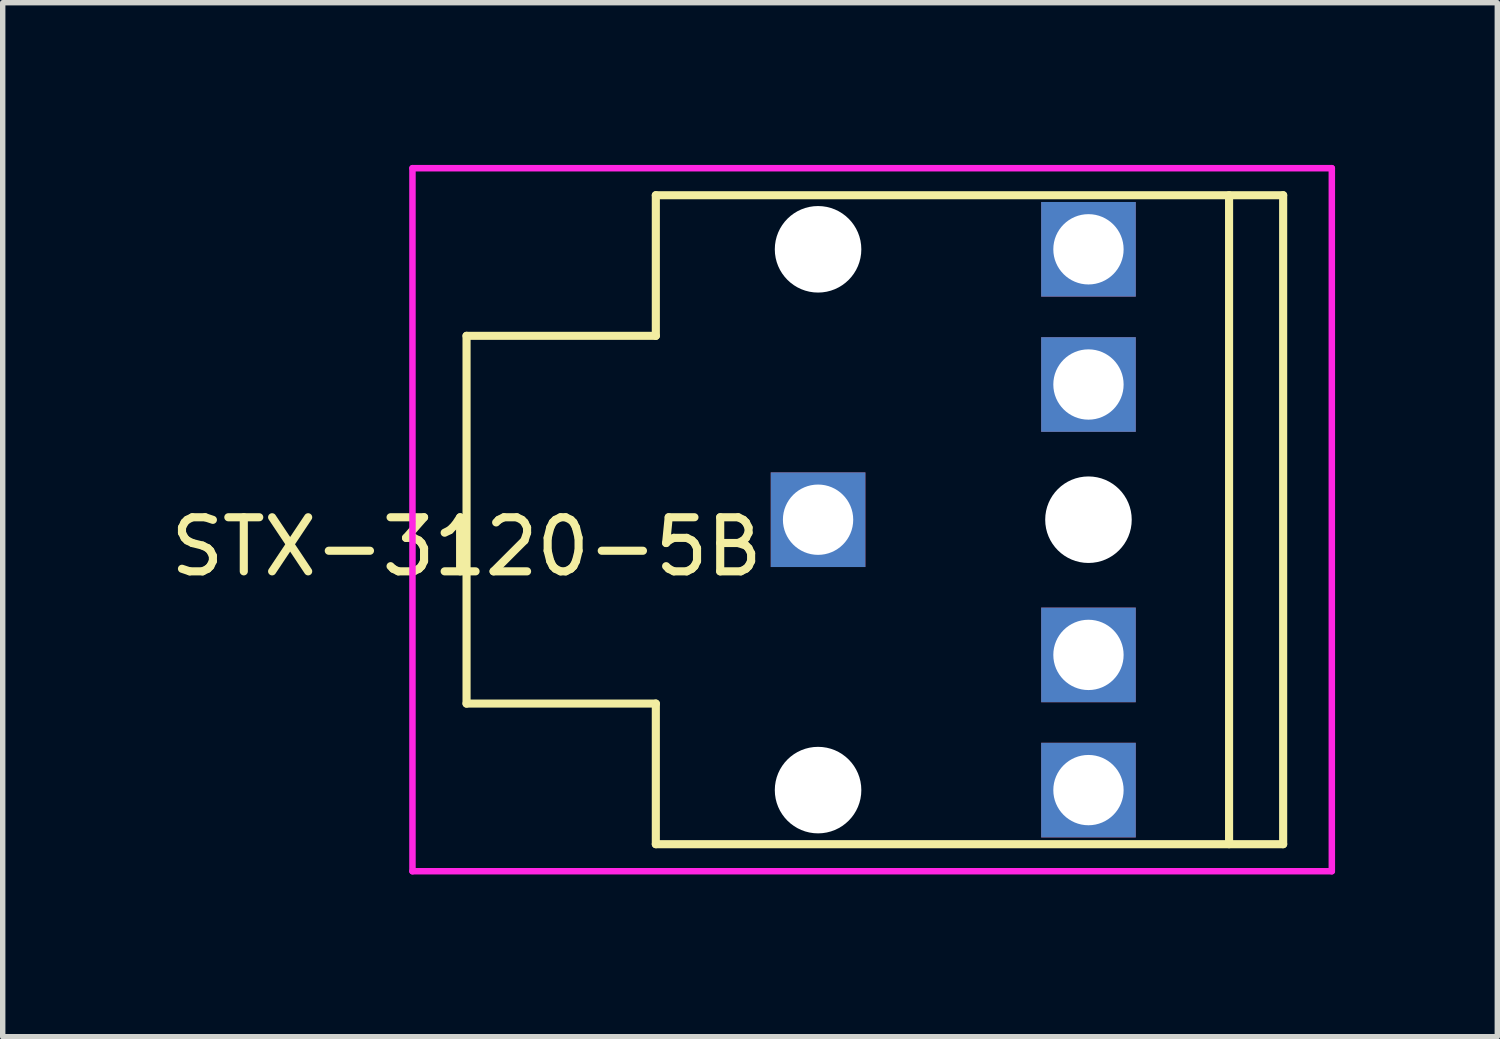
<source format=kicad_pcb>
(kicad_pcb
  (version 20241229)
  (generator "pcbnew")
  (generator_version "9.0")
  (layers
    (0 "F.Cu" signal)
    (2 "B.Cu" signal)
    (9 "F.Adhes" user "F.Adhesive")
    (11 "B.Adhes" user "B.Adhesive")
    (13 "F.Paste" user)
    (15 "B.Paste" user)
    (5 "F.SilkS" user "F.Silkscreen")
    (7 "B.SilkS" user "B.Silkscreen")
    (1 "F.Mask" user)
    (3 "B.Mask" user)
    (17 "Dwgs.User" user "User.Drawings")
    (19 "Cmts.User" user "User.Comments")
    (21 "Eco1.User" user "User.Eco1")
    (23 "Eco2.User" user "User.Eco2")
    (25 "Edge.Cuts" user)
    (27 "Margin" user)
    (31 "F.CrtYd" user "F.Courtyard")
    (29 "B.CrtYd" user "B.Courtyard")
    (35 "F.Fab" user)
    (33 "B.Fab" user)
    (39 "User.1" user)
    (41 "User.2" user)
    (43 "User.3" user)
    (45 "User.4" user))
  (footprint "STX-3120-5B"
    (layer "F.Cu")
    (at 5.577 6.56)
    (property "Reference" "STX-3120-5B" (at 0 0.5 0) (layer "F.SilkS") (effects (font (size 1 1) (thickness 0.15))))
    (attr through_hole)
    (fp_line (start 0 -3.4) (end 3.5 -3.4) (stroke (width 0.15) (type solid)) (layer "F.SilkS"))
    (fp_line (start 0 3.4) (end 0 -3.4) (stroke (width 0.15) (type solid)) (layer "F.SilkS"))
    (fp_line (start 0 3.4) (end 3.5 3.4) (stroke (width 0.15) (type solid)) (layer "F.SilkS"))
    (fp_line (start 3.5 -6) (end 15.1 -6) (stroke (width 0.15) (type solid)) (layer "F.SilkS"))
    (fp_line (start 3.5 -3.4) (end 3.5 -6) (stroke (width 0.15) (type solid)) (layer "F.SilkS"))
    (fp_line (start 3.5 3.4) (end 3.5 6) (stroke (width 0.15) (type solid)) (layer "F.SilkS"))
    (fp_line (start 3.5 6) (end 15.1 6) (stroke (width 0.15) (type solid)) (layer "F.SilkS"))
    (fp_line (start 14.1 6) (end 14.1 -6) (stroke (width 0.15) (type solid)) (layer "F.SilkS"))
    (fp_line (start 15.1 -6) (end 15.1 6) (stroke (width 0.15) (type solid)) (layer "F.SilkS"))
    (fp_line (start -1 -6.5) (end 16 -6.5) (stroke (width 0.12) (type solid)) (layer "F.CrtYd"))
    (fp_line (start -1 6.5) (end -1 -6.5) (stroke (width 0.12) (type solid)) (layer "F.CrtYd"))
    (fp_line (start 16 -6.5) (end 16 6.5) (stroke (width 0.12) (type solid)) (layer "F.CrtYd"))
    (fp_line (start 16 6.5) (end -1 6.5) (stroke (width 0.12) (type solid)) (layer "F.CrtYd"))
    (pad "" np_thru_hole circle (at 6.5 -5) (size 1.6 1.6) (drill 1.6) (layers "*.Cu" "*.Mask"))
    (pad "" np_thru_hole circle (at 6.5 5) (size 1.6 1.6) (drill 1.6) (layers "*.Cu" "*.Mask"))
    (pad "" np_thru_hole circle (at 11.5 0) (size 1.6 1.6) (drill 1.6) (layers "*.Cu" "*.Mask"))
    (pad "R" thru_hole rect (at 11.5 -5) (size 1.75 1.75) (drill 1.3) (layers "*.Cu" "*.Mask"))
    (pad "RN" thru_hole rect (at 11.5 -2.5) (size 1.75 1.75) (drill 1.3) (layers "*.Cu" "*.Mask"))
    (pad "S" thru_hole rect (at 6.5 0) (size 1.75 1.75) (drill 1.3) (layers "*.Cu" "*.Mask"))
    (pad "T" thru_hole rect (at 11.5 5) (size 1.75 1.75) (drill 1.3) (layers "*.Cu" "*.Mask"))
    (pad "TN" thru_hole rect (at 11.5 2.5) (size 1.75 1.75) (drill 1.3) (layers "*.Cu" "*.Mask")))
  (gr_rect
    (start -3 -3)
    (end 24.637 16.12)
    (stroke (width 0.1) (type default))
    (fill no)
    (layer "Edge.Cuts")))
</source>
